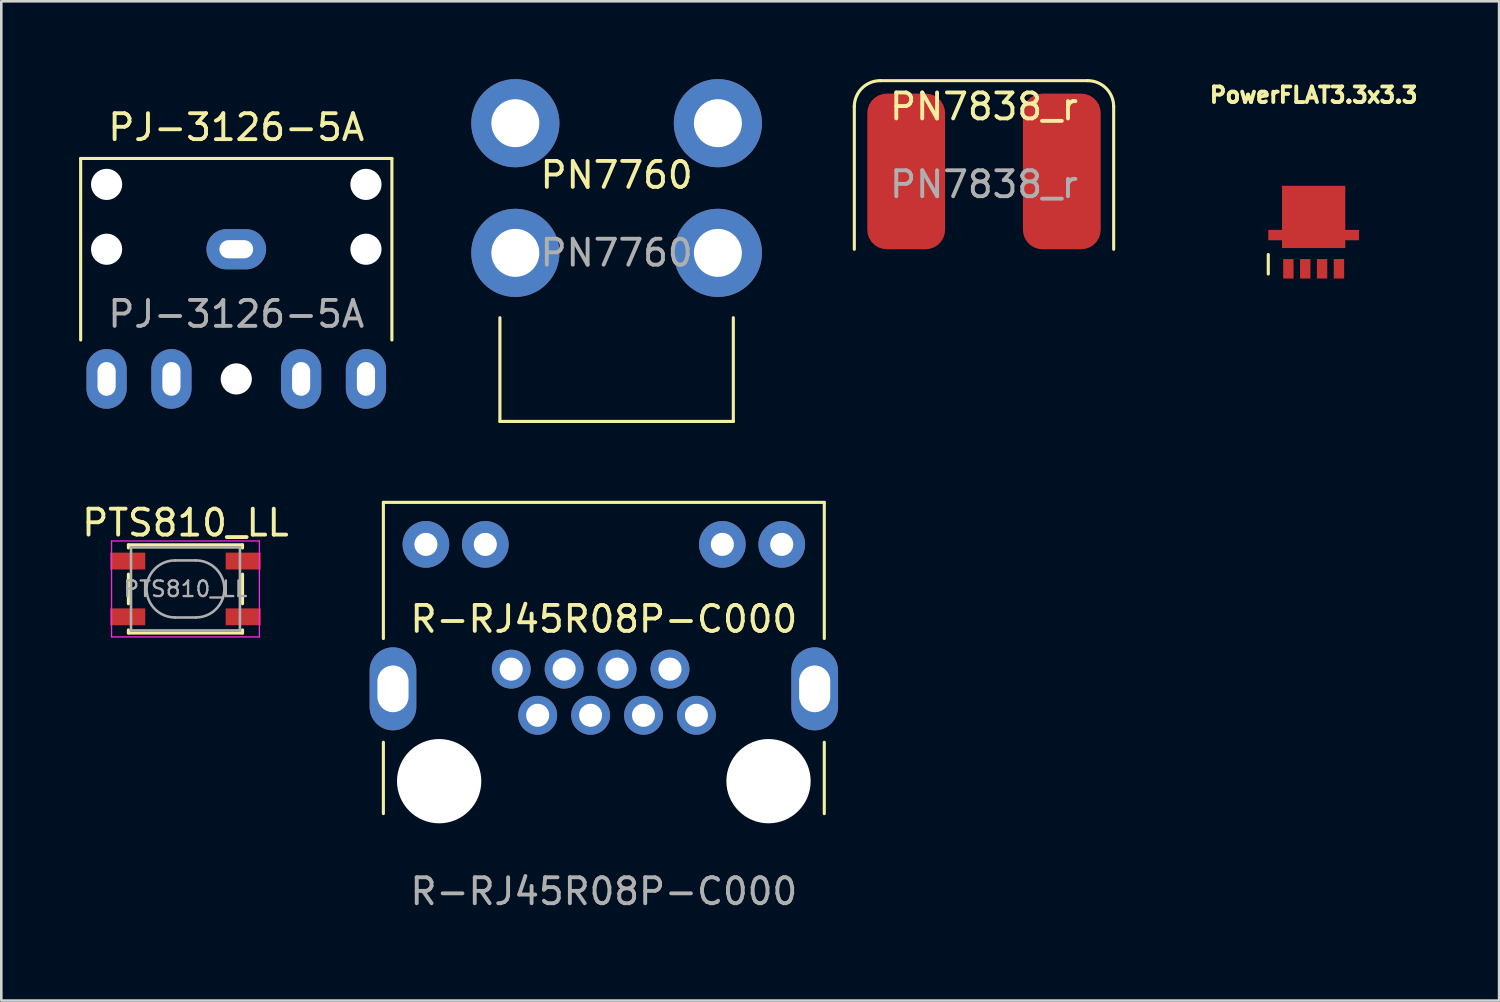
<source format=kicad_pcb>
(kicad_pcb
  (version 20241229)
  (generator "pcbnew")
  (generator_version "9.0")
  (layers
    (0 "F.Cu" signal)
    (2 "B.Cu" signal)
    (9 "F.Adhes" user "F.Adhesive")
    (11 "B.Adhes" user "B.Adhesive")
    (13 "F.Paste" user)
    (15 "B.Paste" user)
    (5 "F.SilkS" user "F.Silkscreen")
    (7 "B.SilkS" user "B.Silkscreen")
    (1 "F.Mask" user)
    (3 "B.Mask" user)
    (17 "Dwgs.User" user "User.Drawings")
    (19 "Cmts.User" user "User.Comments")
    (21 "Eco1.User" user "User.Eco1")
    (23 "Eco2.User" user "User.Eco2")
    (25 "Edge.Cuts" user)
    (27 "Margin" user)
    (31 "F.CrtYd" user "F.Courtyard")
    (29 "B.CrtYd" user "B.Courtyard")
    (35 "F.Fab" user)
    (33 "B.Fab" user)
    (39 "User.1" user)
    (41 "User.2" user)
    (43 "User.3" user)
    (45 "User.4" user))
  (footprint "PN7760"
    (layer "F.Cu")
    (at 20.725 4.2)
    (property "Reference" "PN7760" (at 0 -0.5 0) (unlocked yes) (layer "F.SilkS") (effects (font (size 1 1) (thickness 0.15))))
    (attr smd)
    (fp_line (start -4.5 5) (end -4.5 9) (stroke (width 0.12) (type solid)) (layer "F.SilkS"))
    (fp_line (start -4.5 9) (end 4.5 9) (stroke (width 0.12) (type solid)) (layer "F.SilkS"))
    (fp_line (start 4.5 9) (end 4.5 5) (stroke (width 0.12) (type solid)) (layer "F.SilkS"))
    (fp_line (start -4.165 -3.9) (end -4.165 8.68) (stroke (width 0.12) (type solid)) (layer "Eco1.User"))
    (fp_line (start 4.165 -3.9) (end -4.165 -3.9) (stroke (width 0.12) (type solid)) (layer "Eco1.User"))
    (fp_line (start 4.165 -3.9) (end 4.165 8.68) (stroke (width 0.12) (type solid)) (layer "Eco1.User"))
    (fp_line (start 4.165 8.68) (end -4.165 8.68) (stroke (width 0.12) (type solid)) (layer "Eco1.User"))
    (fp_text user "${REFERENCE}" (at 0 2.5 0) (unlocked yes) (layer "F.Fab") (effects (font (size 1 1) (thickness 0.15))))
    (pad "1" thru_hole circle (at -3.905 -2.5) (size 3.4 3.4) (drill 1.85) (layers "*.Cu" "*.Mask"))
    (pad "1" thru_hole circle (at -3.905 2.5) (size 3.4 3.4) (drill 1.85) (layers "*.Cu" "*.Mask"))
    (pad "1" thru_hole circle (at 3.905 -2.5) (size 3.4 3.4) (drill 1.85) (layers "*.Cu" "*.Mask"))
    (pad "1" thru_hole circle (at 3.905 2.5) (size 3.4 3.4) (drill 1.85) (layers "*.Cu" "*.Mask")))
  (footprint "PowerFLAT3.3x3.3"
    (layer "F.Cu")
    (at 47.601 6.014)
    (property "Reference" "PowerFLAT3.3x3.3" (at 0 -5.4 0) (layer "F.SilkS") (effects (font (size 0.6 0.6) (thickness 0.15))))
    (attr through_hole)
    (fp_line (start -1.75 0.75) (end -1.75 1.5) (stroke (width 0.12) (type solid)) (layer "F.SilkS"))
    (pad "1" smd rect (at -0.975 1.3) (size 0.4 0.75) (layers "F.Cu" "F.Mask" "F.Paste"))
    (pad "2" smd rect (at -0.325 1.3) (size 0.4 0.75) (layers "F.Cu" "F.Mask" "F.Paste"))
    (pad "3" smd rect (at 0.325 1.3) (size 0.4 0.75) (layers "F.Cu" "F.Mask" "F.Paste"))
    (pad "4" smd rect (at 0.975 1.3) (size 0.4 0.75) (layers "F.Cu" "F.Mask" "F.Paste"))
    (pad "5" smd custom (at 0 0) (size 0.4 0.75) (layers "F.Cu" "F.Mask" "F.Paste") (options (anchor rect)) (primitives (gr_poly (pts (xy 1.22 0.5) (xy -1.22 0.5) (xy -1.22 -1.9) (xy 1.22 -1.9)) (width 0) (fill yes)) (gr_poly (pts (xy 1.75 0.2) (xy -1.75 0.2) (xy -1.75 -0.2) (xy 1.75 -0.2)) (width 0) (fill yes)))))
  (footprint "PJ-3126-5A"
    (layer "F.Cu")
    (at 6.06 6.56)
    (property "Reference" "PJ-3126-5A" (at 0 -4.7 0) (unlocked yes) (layer "F.SilkS") (effects (font (size 1 1) (thickness 0.15))))
    (attr smd)
    (fp_line (start -6 -3.5) (end 6 -3.5) (stroke (width 0.12) (type solid)) (layer "F.SilkS"))
    (fp_line (start -6 3.5) (end -6 -3.5) (stroke (width 0.12) (type solid)) (layer "F.SilkS"))
    (fp_line (start 6 3.5) (end 6 -3.5) (stroke (width 0.12) (type solid)) (layer "F.SilkS"))
    (fp_line (start -3 -6.5) (end 3 -6.5) (stroke (width 0.12) (type solid)) (layer "Eco1.User"))
    (fp_line (start -3 -3.5) (end -3 -6.5) (stroke (width 0.12) (type solid)) (layer "Eco1.User"))
    (fp_line (start 3 -3.5) (end 3 -6.5) (stroke (width 0.12) (type solid)) (layer "Eco1.User"))
    (fp_text user "${REFERENCE}" (at 0 2.5 0) (unlocked yes) (layer "F.Fab") (effects (font (size 1 1) (thickness 0.15))))
    (pad "" np_thru_hole circle (at -5 -2.5 90) (size 1.2 1.2) (drill 1.2) (layers "*.Cu" "*.Mask"))
    (pad "" np_thru_hole circle (at -5 0 90) (size 1.2 1.2) (drill 1.2) (layers "*.Cu" "*.Mask"))
    (pad "" np_thru_hole circle (at 0 5 90) (size 1.2 1.2) (drill 1.2) (layers "*.Cu" "*.Mask"))
    (pad "" np_thru_hole circle (at 5 -2.5 90) (size 1.2 1.2) (drill 1.2) (layers "*.Cu" "*.Mask"))
    (pad "" np_thru_hole circle (at 5 0 90) (size 1.2 1.2) (drill 1.2) (layers "*.Cu" "*.Mask"))
    (pad "R" thru_hole oval (at 5 5 90) (size 2.3 1.55) (drill oval 1.3 0.7) (layers "*.Cu" "*.Mask"))
    (pad "RN" thru_hole oval (at 2.5 5 90) (size 2.3 1.55) (drill oval 1.3 0.7) (layers "*.Cu" "*.Mask"))
    (pad "S" thru_hole oval (at 0 0) (size 2.3 1.55) (drill oval 1.3 0.7) (layers "*.Cu" "*.Mask"))
    (pad "T" thru_hole oval (at -5 5 90) (size 2.3 1.55) (drill oval 1.3 0.7) (layers "*.Cu" "*.Mask"))
    (pad "TN" thru_hole oval (at -2.5 5 90) (size 2.3 1.55) (drill oval 1.3 0.7) (layers "*.Cu" "*.Mask")))
  (footprint "R-RJ45R08P-C000"
    (layer "F.Cu")
    (at 20.232 27.07)
    (property "Reference" "R-RJ45R08P-C000" (at 0 -6.25 0) (unlocked yes) (layer "F.SilkS") (effects (font (size 1 1) (thickness 0.15))))
    (attr through_hole)
    (fp_line (start -8.5 -10.75) (end 8.5 -10.75) (stroke (width 0.12) (type default)) (layer "F.SilkS"))
    (fp_line (start -8.5 -5.5) (end -8.5 -10.75) (stroke (width 0.12) (type default)) (layer "F.SilkS"))
    (fp_line (start -8.5 -1.5) (end -8.5 1.25) (stroke (width 0.12) (type default)) (layer "F.SilkS"))
    (fp_line (start 8.5 -10.75) (end 8.5 -5.5) (stroke (width 0.12) (type default)) (layer "F.SilkS"))
    (fp_line (start 8.5 -1.5) (end 8.5 1.25) (stroke (width 0.12) (type default)) (layer "F.SilkS"))
    (fp_line (start -8.13 -10.35) (end -8.13 5.4) (stroke (width 0.12) (type default)) (layer "Eco1.User"))
    (fp_line (start -8.13 -10.35) (end 8.13 -10.35) (stroke (width 0.12) (type default)) (layer "Eco1.User"))
    (fp_line (start -8.13 5.4) (end 8.13 5.4) (stroke (width 0.12) (type default)) (layer "Eco1.User"))
    (fp_line (start 8.13 -10.35) (end 8.13 5.4) (stroke (width 0.12) (type default)) (layer "Eco1.User"))
    (fp_text user "${REFERENCE}" (at 0 4.25 0) (unlocked yes) (layer "F.Fab") (effects (font (size 1 1) (thickness 0.15))))
    (pad "" np_thru_hole circle (at -6.35 0) (size 3.25 3.25) (drill 3.25) (layers "*.Cu" "*.Mask"))
    (pad "" np_thru_hole circle (at 6.35 0) (size 3.25 3.25) (drill 3.25) (layers "*.Cu" "*.Mask"))
    (pad "1" thru_hole circle (at 3.57 -2.54) (size 1.5 1.5) (drill 0.89) (layers "*.Cu" "*.Mask"))
    (pad "2" thru_hole circle (at 2.55 -4.32) (size 1.5 1.5) (drill 0.89) (layers "*.Cu" "*.Mask"))
    (pad "3" thru_hole circle (at 1.53 -2.54) (size 1.5 1.5) (drill 0.89) (layers "*.Cu" "*.Mask"))
    (pad "4" thru_hole circle (at 0.51 -4.32) (size 1.5 1.5) (drill 0.89) (layers "*.Cu" "*.Mask"))
    (pad "5" thru_hole circle (at -0.51 -2.54) (size 1.5 1.5) (drill 0.89) (layers "*.Cu" "*.Mask"))
    (pad "6" thru_hole circle (at -1.53 -4.32) (size 1.5 1.5) (drill 0.89) (layers "*.Cu" "*.Mask"))
    (pad "7" thru_hole circle (at -2.55 -2.54) (size 1.5 1.5) (drill 0.89) (layers "*.Cu" "*.Mask"))
    (pad "8" thru_hole circle (at -3.57 -4.32) (size 1.5 1.5) (drill 0.89) (layers "*.Cu" "*.Mask"))
    (pad "9" thru_hole circle (at 6.86 -9.13) (size 1.8 1.8) (drill 0.89) (layers "*.Cu" "*.Mask"))
    (pad "10" thru_hole circle (at 4.57 -9.13) (size 1.8 1.8) (drill 0.89) (layers "*.Cu" "*.Mask"))
    (pad "11" thru_hole circle (at -4.57 -9.13) (size 1.8 1.8) (drill 0.89) (layers "*.Cu" "*.Mask"))
    (pad "12" thru_hole circle (at -6.86 -9.13) (size 1.8 1.8) (drill 0.89) (layers "*.Cu" "*.Mask"))
    (pad "SH" thru_hole oval (at -8.13 -3.56) (size 1.8 3.2) (drill oval 1.2 1.8) (layers "*.Cu" "*.Mask"))
    (pad "SH" thru_hole oval (at 8.13 -3.56) (size 1.8 3.2) (drill oval 1.2 1.8) (layers "*.Cu" "*.Mask")))
  (footprint "PTS810_LL"
    (layer "F.Cu")
    (at 4.101 19.658)
    (property "Reference" "PTS810_LL" (at 0 -2.55 0) (unlocked yes) (layer "F.SilkS") (effects (font (size 1 1) (thickness 0.15))))
    (attr smd)
    (fp_line (start -2.2 -1.7) (end -2.2 -1.58) (stroke (width 0.12) (type solid)) (layer "F.SilkS"))
    (fp_line (start -2.2 -0.57) (end -2.2 0.57) (stroke (width 0.12) (type solid)) (layer "F.SilkS"))
    (fp_line (start -2.2 1.58) (end -2.2 1.7) (stroke (width 0.12) (type solid)) (layer "F.SilkS"))
    (fp_line (start -2.2 1.7) (end 2.2 1.7) (stroke (width 0.12) (type solid)) (layer "F.SilkS"))
    (fp_line (start 2.2 -1.7) (end -2.2 -1.7) (stroke (width 0.12) (type solid)) (layer "F.SilkS"))
    (fp_line (start 2.2 -1.58) (end 2.2 -1.7) (stroke (width 0.12) (type solid)) (layer "F.SilkS"))
    (fp_line (start 2.2 0.57) (end 2.2 -0.57) (stroke (width 0.12) (type solid)) (layer "F.SilkS"))
    (fp_line (start 2.2 1.7) (end 2.2 1.58) (stroke (width 0.12) (type solid)) (layer "F.SilkS"))
    (fp_line (start -2.85 -1.85) (end 2.85 -1.85) (stroke (width 0.05) (type solid)) (layer "F.CrtYd"))
    (fp_line (start -2.85 1.85) (end -2.85 -1.85) (stroke (width 0.05) (type solid)) (layer "F.CrtYd"))
    (fp_line (start 2.85 -1.85) (end 2.85 1.85) (stroke (width 0.05) (type solid)) (layer "F.CrtYd"))
    (fp_line (start 2.85 1.85) (end -2.85 1.85) (stroke (width 0.05) (type solid)) (layer "F.CrtYd"))
    (fp_line (start -2.1 -1.6) (end -2.1 1.6) (stroke (width 0.1) (type solid)) (layer "F.Fab"))
    (fp_line (start -2.1 1.6) (end 2.1 1.6) (stroke (width 0.1) (type solid)) (layer "F.Fab"))
    (fp_line (start -0.4 -1.1) (end 0.4 -1.1) (stroke (width 0.1) (type solid)) (layer "F.Fab"))
    (fp_line (start 0.4 1.1) (end -0.4 1.1) (stroke (width 0.1) (type solid)) (layer "F.Fab"))
    (fp_line (start 2.1 -1.6) (end -2.1 -1.6) (stroke (width 0.1) (type solid)) (layer "F.Fab"))
    (fp_line (start 2.1 1.6) (end 2.1 -1.6) (stroke (width 0.1) (type solid)) (layer "F.Fab"))
    (fp_arc (start -0.4 1.1) (mid -1.5 0) (end -0.4 -1.1) (stroke (width 0.1) (type solid)) (layer "F.Fab"))
    (fp_arc (start 0.4 -1.1) (mid 1.5 0) (end 0.4 1.1) (stroke (width 0.1) (type solid)) (layer "F.Fab"))
    (fp_text user "${REFERENCE}" (at 0 0 0) (layer "F.Fab") (effects (font (size 0.6 0.6) (thickness 0.09))))
    (pad "1" smd rect (at -2.225 -1.075) (size 1.35 0.65) (layers "F.Cu" "F.Mask" "F.Paste"))
    (pad "1" smd rect (at 2.225 -1.075) (size 1.35 0.65) (layers "F.Cu" "F.Mask" "F.Paste"))
    (pad "2" smd rect (at -2.225 1.075) (size 1.35 0.65) (layers "F.Cu" "F.Mask" "F.Paste"))
    (pad "2" smd rect (at 2.225 1.075) (size 1.35 0.65) (layers "F.Cu" "F.Mask" "F.Paste")))
  (footprint "PN7838_r"
    (layer "F.Cu")
    (at 34.89 1.56)
    (property "Reference" "PN7838_r" (at 0 -0.5 0) (unlocked yes) (layer "F.SilkS") (effects (font (size 1 1) (thickness 0.15))))
    (attr smd)
    (fp_line (start -5 -0.5) (end -5 5) (stroke (width 0.12) (type solid)) (layer "F.SilkS"))
    (fp_line (start -4 -1.5) (end 4 -1.5) (stroke (width 0.12) (type solid)) (layer "F.SilkS"))
    (fp_line (start 5 5) (end 5 -0.5) (stroke (width 0.12) (type solid)) (layer "F.SilkS"))
    (fp_arc (start -5 -0.5) (mid -4.707107 -1.207107) (end -4 -1.5) (stroke (width 0.12) (type solid)) (layer "F.SilkS"))
    (fp_arc (start 4 -1.5) (mid 4.707107 -1.207107) (end 5 -0.5) (stroke (width 0.12) (type solid)) (layer "F.SilkS"))
    (fp_line (start 5.5 5) (end -5.5 5) (stroke (width 0.12) (type solid)) (layer "Eco1.User"))
    (fp_text user "${REFERENCE}" (at 0 2.5 0) (unlocked yes) (layer "F.Fab") (effects (font (size 1 1) (thickness 0.15))))
    (pad "1" smd roundrect (at -3 2 270) (size 6 3) (layers "F.Cu" "F.Mask" "F.Paste") (roundrect_rratio 0.25))
    (pad "1" smd roundrect (at 3 2 270) (size 6 3) (layers "F.Cu" "F.Mask" "F.Paste") (roundrect_rratio 0.25)))
  (gr_rect
    (start -3 -3)
    (end 54.751 35.53)
    (stroke (width 0.1) (type default))
    (fill no)
    (layer "Edge.Cuts")))
</source>
